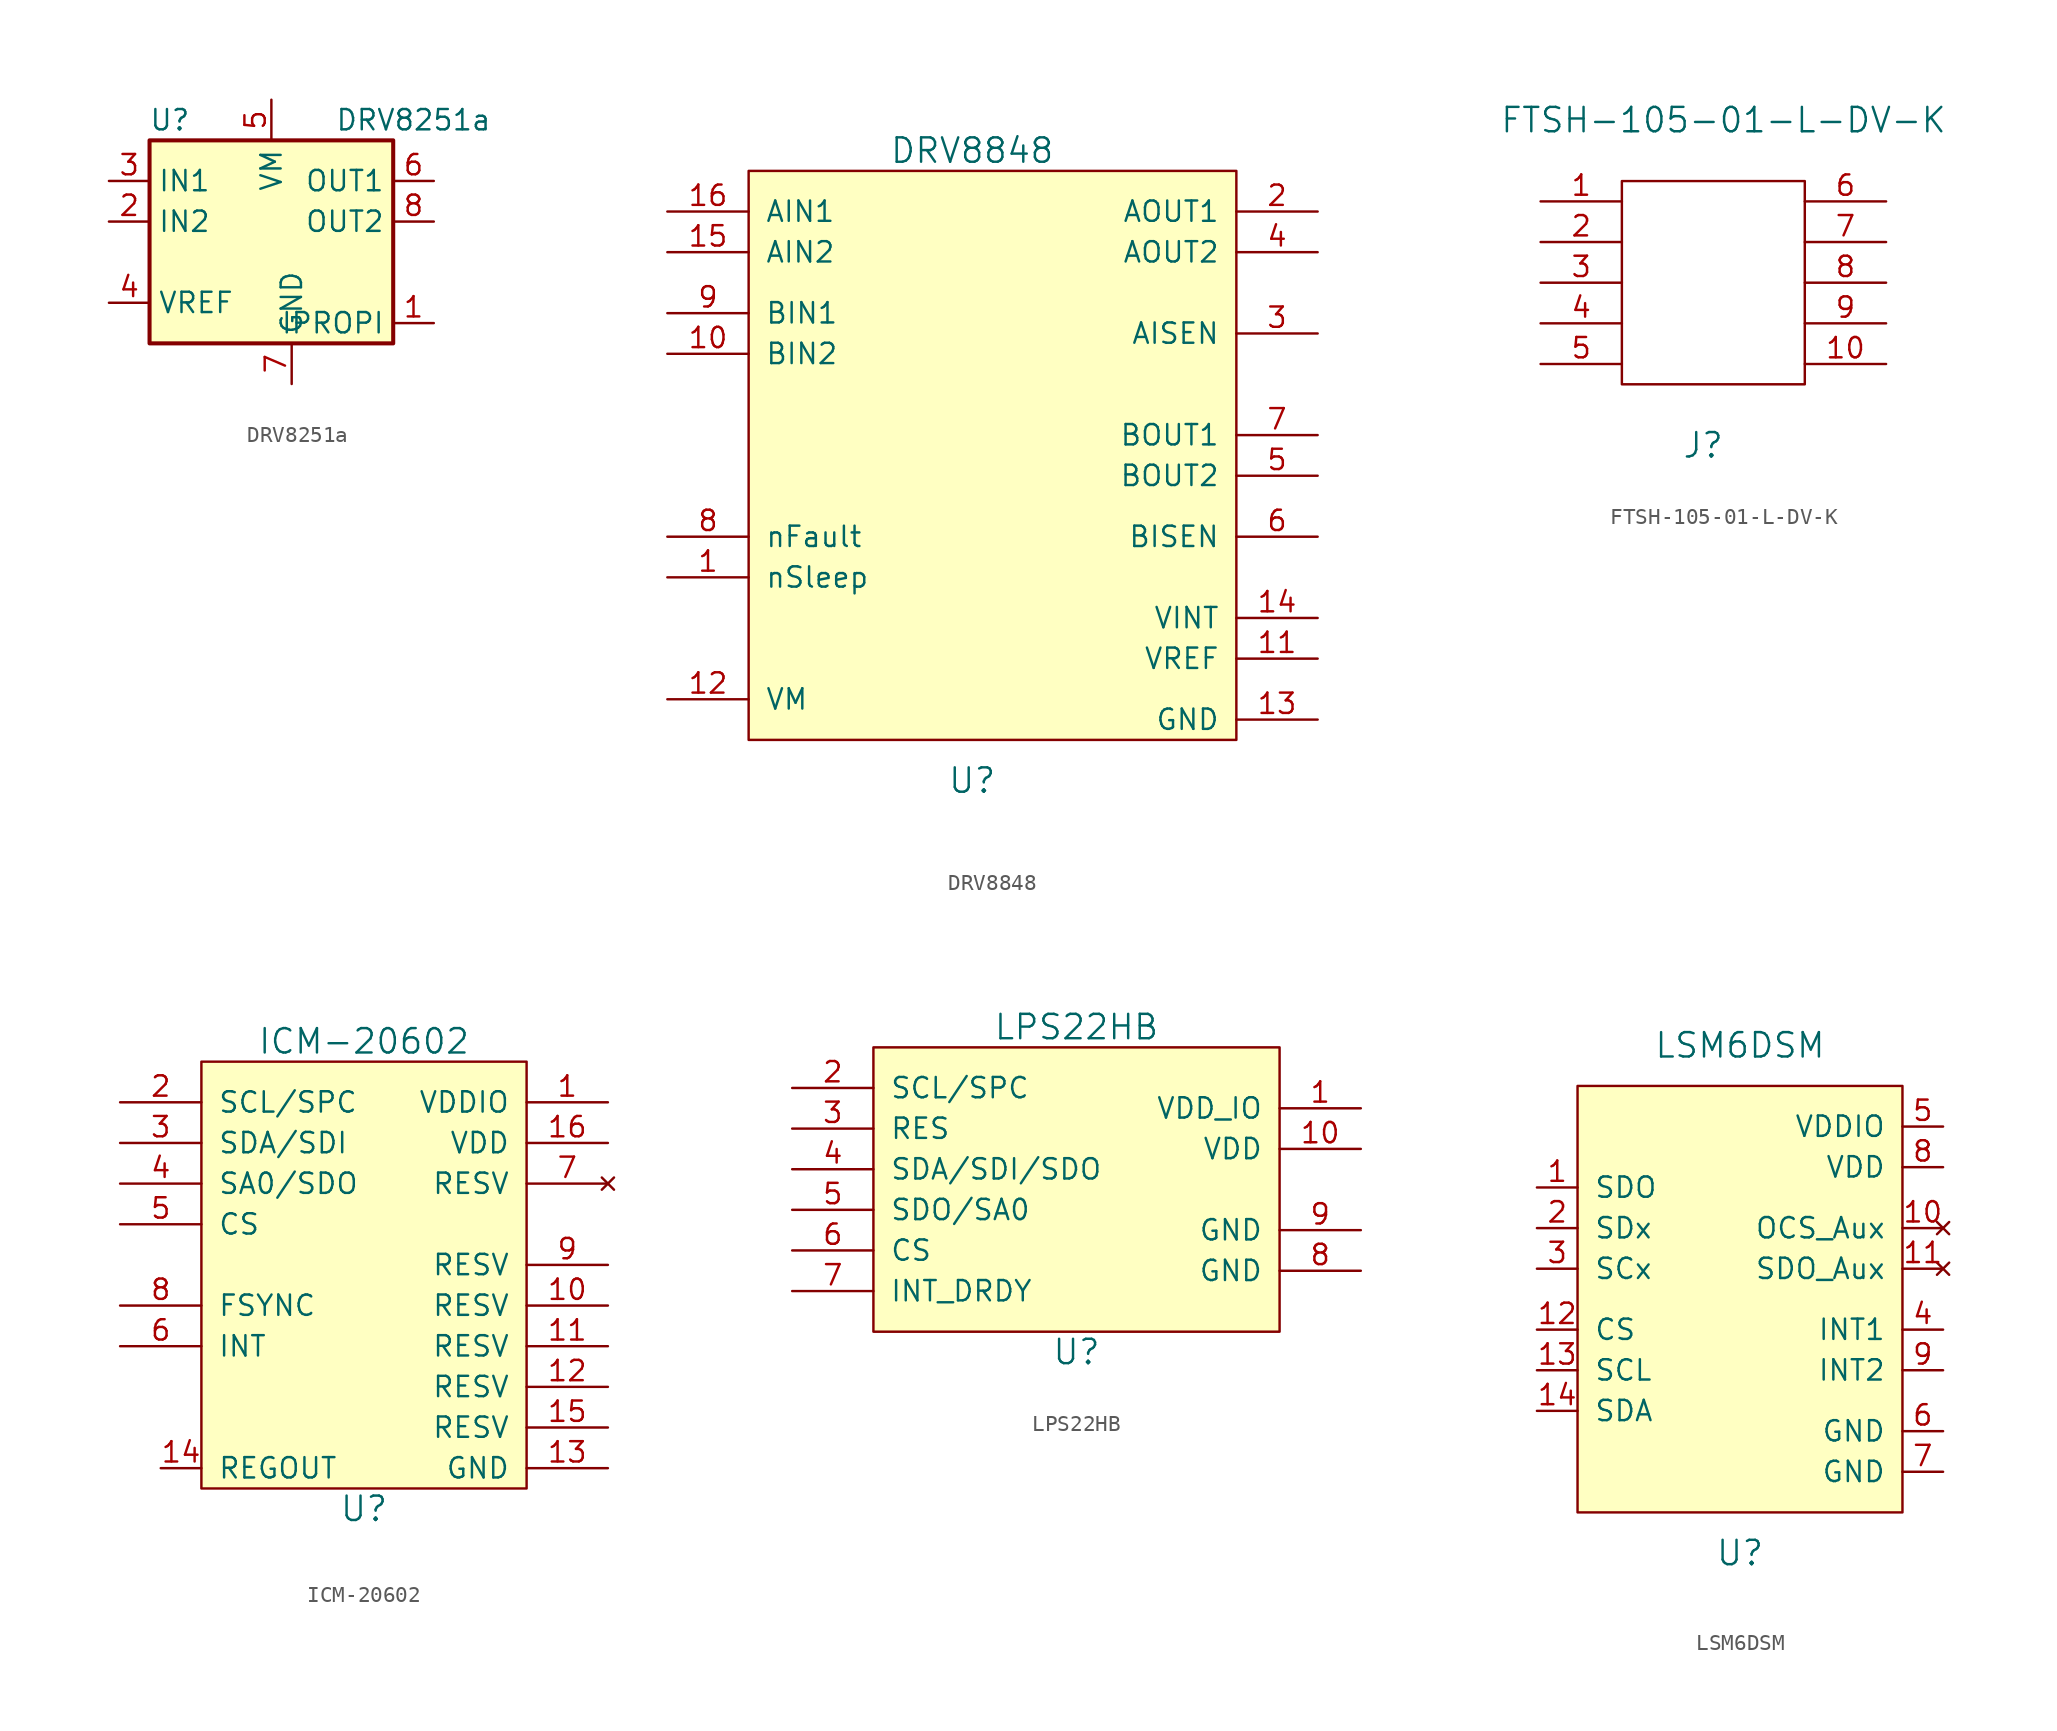
<source format=kicad_sym>
(kicad_symbol_lib
  (version 20220914)
  (generator kicad_symbol_editor)
  (symbol "DRV8251a"
    (property "Reference" "U"
      (at -6.35 6.35 0)
      (effects (font (size 1.27 1.27))))
    (property "Value" "DRV8251a"
      (at 8.89 6.35 0)
      (effects (font (size 1.27 1.27))))
    (symbol "DRV8251a_0_1"
      (rectangle (start -7.62 5.08) (end 7.62 -7.62) (stroke (width 0.254) (type solid)) (fill (type background))))
    (symbol "DRV8251a_1_1"
      (pin input line (at 10.16 -6.35 180) (length 2.54) (name "IPROPI" (effects (font (size 1.27 1.27)))) (number "1" (effects (font (size 1.27 1.27)))))
      (pin input line (at -10.16 0 0) (length 2.54) (name "IN2" (effects (font (size 1.27 1.27)))) (number "2" (effects (font (size 1.27 1.27)))))
      (pin input line (at -10.16 2.54 0) (length 2.54) (name "IN1" (effects (font (size 1.27 1.27)))) (number "3" (effects (font (size 1.27 1.27)))))
      (pin input line (at -10.16 -5.08 0) (length 2.54) (name "VREF" (effects (font (size 1.27 1.27)))) (number "4" (effects (font (size 1.27 1.27)))))
      (pin power_in line (at 0 7.62 270) (length 2.54) (name "VM" (effects (font (size 1.27 1.27)))) (number "5" (effects (font (size 1.27 1.27)))))
      (pin output line (at 10.16 2.54 180) (length 2.54) (name "OUT1" (effects (font (size 1.27 1.27)))) (number "6" (effects (font (size 1.27 1.27)))))
      (pin passive line (at 1.27 -10.16 90) (length 2.54) (name "GND" (effects (font (size 1.27 1.27)))) (number "7" (effects (font (size 1.27 1.27)))))
      (pin output line (at 10.16 0 180) (length 2.54) (name "OUT2" (effects (font (size 1.27 1.27)))) (number "8" (effects (font (size 1.27 1.27)))))
      (pin passive line (at -1.27 -10.16 90) (length 2.54) hide (name "GND" (effects (font (size 1.27 1.27)))) (number "9" (effects (font (size 1.27 1.27)))))))
  (symbol "DRV8848"
    (pin_names
      (offset 1.016))
    (property "Reference" "U"
      (at -1.27 -20.32 0)
      (effects (font (size 1.524 1.524))))
    (property "Value" "DRV8848"
      (at -1.27 19.05 0)
      (effects (font (size 1.524 1.524))))
    (symbol "DRV8848_0_1"
      (rectangle (start 15.24 17.78) (end -15.24 -17.78) (stroke (width 0) (type solid)) (fill (type background))))
    (symbol "DRV8848_1_1"
      (pin input line (at -20.32 -7.62 0) (length 5.08) (name "nSleep" (effects (font (size 1.27 1.27)))) (number "1" (effects (font (size 1.27 1.27)))))
      (pin input line (at -20.32 6.35 0) (length 5.08) (name "BIN2" (effects (font (size 1.27 1.27)))) (number "10" (effects (font (size 1.27 1.27)))))
      (pin input line (at 20.32 -12.7 180) (length 5.08) (name "VREF" (effects (font (size 1.27 1.27)))) (number "11" (effects (font (size 1.27 1.27)))))
      (pin power_in line (at -20.32 -15.24 0) (length 5.08) (name "VM" (effects (font (size 1.27 1.27)))) (number "12" (effects (font (size 1.27 1.27)))))
      (pin power_in line (at 20.32 -16.51 180) (length 5.08) (name "GND" (effects (font (size 1.27 1.27)))) (number "13" (effects (font (size 1.27 1.27)))))
      (pin input line (at 20.32 -10.16 180) (length 5.08) (name "VINT" (effects (font (size 1.27 1.27)))) (number "14" (effects (font (size 1.27 1.27)))))
      (pin input line (at -20.32 12.7 0) (length 5.08) (name "AIN2" (effects (font (size 1.27 1.27)))) (number "15" (effects (font (size 1.27 1.27)))))
      (pin input line (at -20.32 15.24 0) (length 5.08) (name "AIN1" (effects (font (size 1.27 1.27)))) (number "16" (effects (font (size 1.27 1.27)))))
      (pin output line (at 20.32 15.24 180) (length 5.08) (name "AOUT1" (effects (font (size 1.27 1.27)))) (number "2" (effects (font (size 1.27 1.27)))))
      (pin input line (at 20.32 7.62 180) (length 5.08) (name "AISEN" (effects (font (size 1.27 1.27)))) (number "3" (effects (font (size 1.27 1.27)))))
      (pin output line (at 20.32 12.7 180) (length 5.08) (name "AOUT2" (effects (font (size 1.27 1.27)))) (number "4" (effects (font (size 1.27 1.27)))))
      (pin output line (at 20.32 -1.27 180) (length 5.08) (name "BOUT2" (effects (font (size 1.27 1.27)))) (number "5" (effects (font (size 1.27 1.27)))))
      (pin input line (at 20.32 -5.08 180) (length 5.08) (name "BISEN" (effects (font (size 1.27 1.27)))) (number "6" (effects (font (size 1.27 1.27)))))
      (pin output line (at 20.32 1.27 180) (length 5.08) (name "BOUT1" (effects (font (size 1.27 1.27)))) (number "7" (effects (font (size 1.27 1.27)))))
      (pin output line (at -20.32 -5.08 0) (length 5.08) (name "nFault" (effects (font (size 1.27 1.27)))) (number "8" (effects (font (size 1.27 1.27)))))
      (pin input line (at -20.32 8.89 0) (length 5.08) (name "BIN1" (effects (font (size 1.27 1.27)))) (number "9" (effects (font (size 1.27 1.27)))))))
  (symbol "FTSH-105-01-L-DV-K"
    (pin_names
      (offset 1.016))
    (property "Reference" "J"
      (at 0 -10.16 0)
      (effects (font (size 1.524 1.524))))
    (property "Value" "FTSH-105-01-L-DV-K"
      (at 1.27 10.16 0)
      (effects (font (size 1.524 1.524))))
    (symbol "FTSH-105-01-L-DV-K_0_1"
      (rectangle (start -5.08 6.35) (end 6.35 -6.35) (stroke (width 0) (type solid)) (fill (type none))))
    (symbol "FTSH-105-01-L-DV-K_1_1"
      (pin bidirectional line (at -10.16 5.08 0) (length 5.08) (name "~" (effects (font (size 1.27 1.27)))) (number "1" (effects (font (size 1.27 1.27)))))
      (pin bidirectional line (at 11.43 -5.08 180) (length 5.08) (name "~" (effects (font (size 1.27 1.27)))) (number "10" (effects (font (size 1.27 1.27)))))
      (pin bidirectional line (at -10.16 2.54 0) (length 5.08) (name "~" (effects (font (size 1.27 1.27)))) (number "2" (effects (font (size 1.27 1.27)))))
      (pin bidirectional line (at -10.16 0 0) (length 5.08) (name "~" (effects (font (size 1.27 1.27)))) (number "3" (effects (font (size 1.27 1.27)))))
      (pin bidirectional line (at -10.16 -2.54 0) (length 5.08) (name "~" (effects (font (size 1.27 1.27)))) (number "4" (effects (font (size 1.27 1.27)))))
      (pin bidirectional line (at -10.16 -5.08 0) (length 5.08) (name "~" (effects (font (size 1.27 1.27)))) (number "5" (effects (font (size 1.27 1.27)))))
      (pin bidirectional line (at 11.43 5.08 180) (length 5.08) (name "~" (effects (font (size 1.27 1.27)))) (number "6" (effects (font (size 1.27 1.27)))))
      (pin bidirectional line (at 11.43 2.54 180) (length 5.08) (name "~" (effects (font (size 1.27 1.27)))) (number "7" (effects (font (size 1.27 1.27)))))
      (pin bidirectional line (at 11.43 0 180) (length 5.08) (name "~" (effects (font (size 1.27 1.27)))) (number "8" (effects (font (size 1.27 1.27)))))
      (pin bidirectional line (at 11.43 -2.54 180) (length 5.08) (name "~" (effects (font (size 1.27 1.27)))) (number "9" (effects (font (size 1.27 1.27)))))))
  (symbol "ICM-20602"
    (pin_names
      (offset 1.016))
    (property "Reference" "U"
      (at 0 -16.51 0)
      (effects (font (size 1.524 1.524))))
    (property "Value" "ICM-20602"
      (at 0 12.7 0)
      (effects (font (size 1.524 1.524))))
    (symbol "ICM-20602_0_1"
      (rectangle (start 10.16 11.43) (end -10.16 -15.24) (stroke (width 0) (type solid)) (fill (type background))))
    (symbol "ICM-20602_1_1"
      (pin power_in line (at 15.24 8.89 180) (length 5.08) (name "VDDIO" (effects (font (size 1.27 1.27)))) (number "1" (effects (font (size 1.27 1.27)))))
      (pin input line (at 15.24 -3.81 180) (length 5.08) (name "RESV" (effects (font (size 1.27 1.27)))) (number "10" (effects (font (size 1.27 1.27)))))
      (pin input line (at 15.24 -6.35 180) (length 5.08) (name "RESV" (effects (font (size 1.27 1.27)))) (number "11" (effects (font (size 1.27 1.27)))))
      (pin input line (at 15.24 -8.89 180) (length 5.08) (name "RESV" (effects (font (size 1.27 1.27)))) (number "12" (effects (font (size 1.27 1.27)))))
      (pin power_in line (at 15.24 -13.97 180) (length 5.08) (name "GND" (effects (font (size 1.27 1.27)))) (number "13" (effects (font (size 1.27 1.27)))))
      (pin power_out line (at -12.7 -13.97 0) (length 2.54) (name "REGOUT" (effects (font (size 1.27 1.27)))) (number "14" (effects (font (size 1.27 1.27)))))
      (pin input line (at 15.24 -11.43 180) (length 5.08) (name "RESV" (effects (font (size 1.27 1.27)))) (number "15" (effects (font (size 1.27 1.27)))))
      (pin power_in line (at 15.24 6.35 180) (length 5.08) (name "VDD" (effects (font (size 1.27 1.27)))) (number "16" (effects (font (size 1.27 1.27)))))
      (pin input line (at -15.24 8.89 0) (length 5.08) (name "SCL/SPC" (effects (font (size 1.27 1.27)))) (number "2" (effects (font (size 1.27 1.27)))))
      (pin bidirectional line (at -15.24 6.35 0) (length 5.08) (name "SDA/SDI" (effects (font (size 1.27 1.27)))) (number "3" (effects (font (size 1.27 1.27)))))
      (pin bidirectional line (at -15.24 3.81 0) (length 5.08) (name "SA0/SDO" (effects (font (size 1.27 1.27)))) (number "4" (effects (font (size 1.27 1.27)))))
      (pin input line (at -15.24 1.27 0) (length 5.08) (name "CS" (effects (font (size 1.27 1.27)))) (number "5" (effects (font (size 1.27 1.27)))))
      (pin output line (at -15.24 -6.35 0) (length 5.08) (name "INT" (effects (font (size 1.27 1.27)))) (number "6" (effects (font (size 1.27 1.27)))))
      (pin no_connect line (at 15.24 3.81 180) (length 5.08) (name "RESV" (effects (font (size 1.27 1.27)))) (number "7" (effects (font (size 1.27 1.27)))))
      (pin bidirectional line (at -15.24 -3.81 0) (length 5.08) (name "FSYNC" (effects (font (size 1.27 1.27)))) (number "8" (effects (font (size 1.27 1.27)))))
      (pin input line (at 15.24 -1.27 180) (length 5.08) (name "RESV" (effects (font (size 1.27 1.27)))) (number "9" (effects (font (size 1.27 1.27)))))))
  (symbol "LPS22HB"
    (pin_names
      (offset 1.016))
    (property "Reference" "U"
      (at 0 -10.16 0)
      (effects (font (size 1.524 1.524))))
    (property "Value" "LPS22HB"
      (at 0 10.16 0)
      (effects (font (size 1.524 1.524))))
    (symbol "LPS22HB_0_1"
      (rectangle (start -12.7 8.89) (end 12.7 -8.89) (stroke (width 0) (type solid)) (fill (type background))))
    (symbol "LPS22HB_1_1"
      (pin power_in line (at 17.78 5.08 180) (length 5.08) (name "VDD_IO" (effects (font (size 1.27 1.27)))) (number "1" (effects (font (size 1.27 1.27)))))
      (pin power_in line (at 17.78 2.54 180) (length 5.08) (name "VDD" (effects (font (size 1.27 1.27)))) (number "10" (effects (font (size 1.27 1.27)))))
      (pin input line (at -17.78 6.35 0) (length 5.08) (name "SCL/SPC" (effects (font (size 1.27 1.27)))) (number "2" (effects (font (size 1.27 1.27)))))
      (pin input line (at -17.78 3.81 0) (length 5.08) (name "RES" (effects (font (size 1.27 1.27)))) (number "3" (effects (font (size 1.27 1.27)))))
      (pin bidirectional line (at -17.78 1.27 0) (length 5.08) (name "SDA/SDI/SDO" (effects (font (size 1.27 1.27)))) (number "4" (effects (font (size 1.27 1.27)))))
      (pin bidirectional line (at -17.78 -1.27 0) (length 5.08) (name "SDO/SA0" (effects (font (size 1.27 1.27)))) (number "5" (effects (font (size 1.27 1.27)))))
      (pin input line (at -17.78 -3.81 0) (length 5.08) (name "CS" (effects (font (size 1.27 1.27)))) (number "6" (effects (font (size 1.27 1.27)))))
      (pin output line (at -17.78 -6.35 0) (length 5.08) (name "INT_DRDY" (effects (font (size 1.27 1.27)))) (number "7" (effects (font (size 1.27 1.27)))))
      (pin power_in line (at 17.78 -5.08 180) (length 5.08) (name "GND" (effects (font (size 1.27 1.27)))) (number "8" (effects (font (size 1.27 1.27)))))
      (pin power_in line (at 17.78 -2.54 180) (length 5.08) (name "GND" (effects (font (size 1.27 1.27)))) (number "9" (effects (font (size 1.27 1.27)))))))
  (symbol "LSM6DSM"
    (pin_names
      (offset 1.016))
    (property "Reference" "U"
      (at 0 -16.51 0)
      (effects (font (size 1.524 1.524))))
    (property "Value" "LSM6DSM"
      (at 0 15.24 0)
      (effects (font (size 1.524 1.524))))
    (symbol "LSM6DSM_0_1"
      (rectangle (start 10.16 12.7) (end -10.16 -13.97) (stroke (width 0) (type solid)) (fill (type background))))
    (symbol "LSM6DSM_1_1"
      (pin bidirectional line (at -12.7 6.35 0) (length 2.54) (name "SDO" (effects (font (size 1.27 1.27)))) (number "1" (effects (font (size 1.27 1.27)))))
      (pin no_connect line (at 12.7 3.81 180) (length 2.54) (name "OCS_Aux" (effects (font (size 1.27 1.27)))) (number "10" (effects (font (size 1.27 1.27)))))
      (pin no_connect line (at 12.7 1.27 180) (length 2.54) (name "SDO_Aux" (effects (font (size 1.27 1.27)))) (number "11" (effects (font (size 1.27 1.27)))))
      (pin input line (at -12.7 -2.54 0) (length 2.54) (name "CS" (effects (font (size 1.27 1.27)))) (number "12" (effects (font (size 1.27 1.27)))))
      (pin input line (at -12.7 -5.08 0) (length 2.54) (name "SCL" (effects (font (size 1.27 1.27)))) (number "13" (effects (font (size 1.27 1.27)))))
      (pin bidirectional line (at -12.7 -7.62 0) (length 2.54) (name "SDA" (effects (font (size 1.27 1.27)))) (number "14" (effects (font (size 1.27 1.27)))))
      (pin input line (at -12.7 3.81 0) (length 2.54) (name "SDx" (effects (font (size 1.27 1.27)))) (number "2" (effects (font (size 1.27 1.27)))))
      (pin input line (at -12.7 1.27 0) (length 2.54) (name "SCx" (effects (font (size 1.27 1.27)))) (number "3" (effects (font (size 1.27 1.27)))))
      (pin output line (at 12.7 -2.54 180) (length 2.54) (name "INT1" (effects (font (size 1.27 1.27)))) (number "4" (effects (font (size 1.27 1.27)))))
      (pin power_in line (at 12.7 10.16 180) (length 2.54) (name "VDDIO" (effects (font (size 1.27 1.27)))) (number "5" (effects (font (size 1.27 1.27)))))
      (pin power_in line (at 12.7 -8.89 180) (length 2.54) (name "GND" (effects (font (size 1.27 1.27)))) (number "6" (effects (font (size 1.27 1.27)))))
      (pin power_in line (at 12.7 -11.43 180) (length 2.54) (name "GND" (effects (font (size 1.27 1.27)))) (number "7" (effects (font (size 1.27 1.27)))))
      (pin power_in line (at 12.7 7.62 180) (length 2.54) (name "VDD" (effects (font (size 1.27 1.27)))) (number "8" (effects (font (size 1.27 1.27)))))
      (pin output line (at 12.7 -5.08 180) (length 2.54) (name "INT2" (effects (font (size 1.27 1.27)))) (number "9" (effects (font (size 1.27 1.27))))))))
</source>
